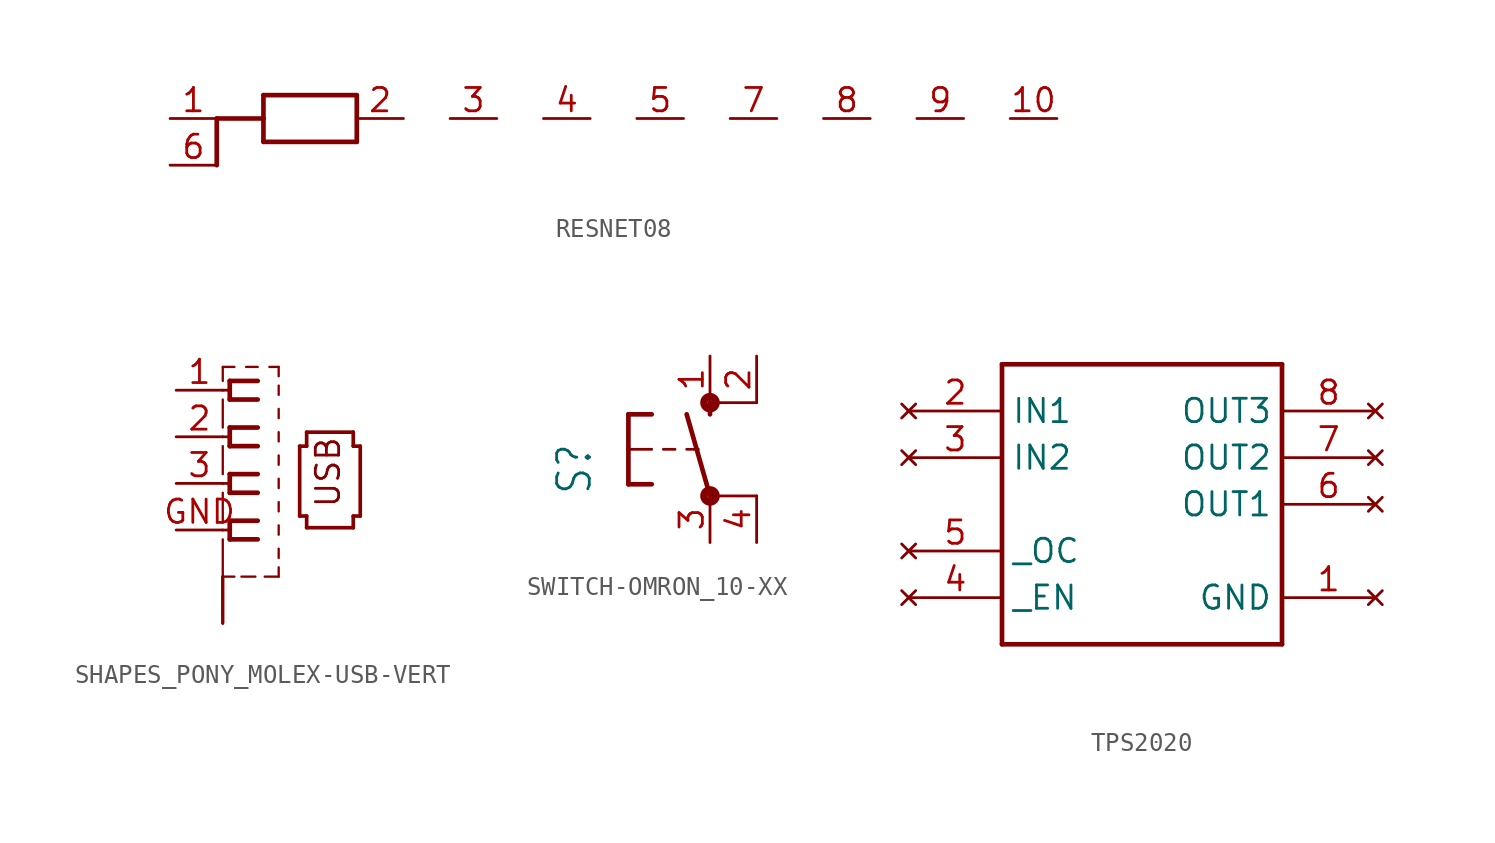
<source format=kicad_sym>
(kicad_symbol_lib
  (version 20231120)
  (generator "kicad_symbol_editor")
  (generator_version "8.0")
  (symbol "RESNET08"
    (property "Reference" ""
      (at -7.62 2.54 0)
      (effects (font (size 1.778 1.511)) (justify left bottom) (hide yes)))
    (property "Value" ""
      (at -7.62 -4.318 0)
      (effects (font (size 1.778 1.511)) (justify left bottom)))
    (property "ki_locked" ""
      (at 0 0 0)
      (effects (font (size 1.27 1.27))))
    (symbol "RESNET08_1_0"
      (polyline (pts (xy -10.16 -2.54) (xy -10.16 0)) (stroke (width 0.254) (type solid)) (fill (type none)))
      (polyline (pts (xy -7.62 -1.27) (xy -2.54 -1.27)) (stroke (width 0.254) (type solid)) (fill (type none)))
      (polyline (pts (xy -7.62 0) (xy -10.16 0)) (stroke (width 0.254) (type solid)) (fill (type none)))
      (polyline (pts (xy -7.62 0) (xy -7.62 -1.27)) (stroke (width 0.254) (type solid)) (fill (type none)))
      (polyline (pts (xy -7.62 1.27) (xy -7.62 0)) (stroke (width 0.254) (type solid)) (fill (type none)))
      (polyline (pts (xy -2.54 -1.27) (xy -2.54 1.27)) (stroke (width 0.254) (type solid)) (fill (type none)))
      (polyline (pts (xy -2.54 1.27) (xy -7.62 1.27)) (stroke (width 0.254) (type solid)) (fill (type none)))
      (pin passive line (at -12.7 0 0) (length 2.54) (name "1" (effects (font (size 0 0)))) (number "1" (effects (font (size 1.27 1.27)))))
      (pin passive line (at 35.56 0 180) (length 2.54) (name "9" (effects (font (size 0 0)))) (number "10" (effects (font (size 1.27 1.27)))))
      (pin passive line (at 0 0 180) (length 2.54) (name "2" (effects (font (size 0 0)))) (number "2" (effects (font (size 1.27 1.27)))))
      (pin passive line (at 5.08 0 180) (length 2.54) (name "3" (effects (font (size 0 0)))) (number "3" (effects (font (size 1.27 1.27)))))
      (pin passive line (at 10.16 0 180) (length 2.54) (name "4" (effects (font (size 0 0)))) (number "4" (effects (font (size 1.27 1.27)))))
      (pin passive line (at 15.24 0 180) (length 2.54) (name "5" (effects (font (size 0 0)))) (number "5" (effects (font (size 1.27 1.27)))))
      (pin passive line (at -12.7 -2.54 0) (length 2.54) (name "10" (effects (font (size 0 0)))) (number "6" (effects (font (size 1.27 1.27)))))
      (pin passive line (at 20.32 0 180) (length 2.54) (name "6" (effects (font (size 0 0)))) (number "7" (effects (font (size 1.27 1.27)))))
      (pin passive line (at 25.4 0 180) (length 2.54) (name "7" (effects (font (size 0 0)))) (number "8" (effects (font (size 1.27 1.27)))))
      (pin passive line (at 30.48 0 180) (length 2.54) (name "8" (effects (font (size 0 0)))) (number "9" (effects (font (size 1.27 1.27)))))))
  (symbol "SHAPES_PONY_MOLEX-USB-VERT"
    (property "Reference" ""
      (at 1.27 5.588 0)
      (effects (font (size 1.778 1.511)) (justify left bottom) (hide yes)))
    (property "Value" ""
      (at 1.27 -5.842 0)
      (effects (font (size 1.778 1.511)) (justify left bottom)))
    (property "ki_locked" ""
      (at 0 0 0)
      (effects (font (size 1.27 1.27))))
    (symbol "SHAPES_PONY_MOLEX-USB-VERT_1_0"
      (polyline (pts (xy -2.54 -5.08) (xy -1.905 -5.08)) (stroke (width 0.127) (type solid)) (fill (type none)))
      (polyline (pts (xy -2.54 -3.048) (xy -2.54 -5.08)) (stroke (width 0.127) (type solid)) (fill (type none)))
      (polyline (pts (xy -2.54 -2.54) (xy -2.159 -2.54)) (stroke (width 0.152) (type solid)) (fill (type none)))
      (polyline (pts (xy -2.54 -0.508) (xy -2.54 -2.032)) (stroke (width 0.127) (type solid)) (fill (type none)))
      (polyline (pts (xy -2.54 0) (xy -2.159 0)) (stroke (width 0.152) (type solid)) (fill (type none)))
      (polyline (pts (xy -2.54 2.032) (xy -2.54 0.508)) (stroke (width 0.127) (type solid)) (fill (type none)))
      (polyline (pts (xy -2.54 2.54) (xy -2.159 2.54)) (stroke (width 0.152) (type solid)) (fill (type none)))
      (polyline (pts (xy -2.54 4.572) (xy -2.54 3.048)) (stroke (width 0.127) (type solid)) (fill (type none)))
      (polyline (pts (xy -2.54 5.08) (xy -2.159 5.08)) (stroke (width 0.152) (type solid)) (fill (type none)))
      (polyline (pts (xy -2.54 6.35) (xy -2.54 5.588)) (stroke (width 0.127) (type solid)) (fill (type none)))
      (polyline (pts (xy -2.159 -3.048) (xy -0.635 -3.048)) (stroke (width 0.254) (type solid)) (fill (type none)))
      (polyline (pts (xy -2.159 -2.54) (xy -2.159 -3.048)) (stroke (width 0.254) (type solid)) (fill (type none)))
      (polyline (pts (xy -2.159 -2.032) (xy -2.159 -2.54)) (stroke (width 0.254) (type solid)) (fill (type none)))
      (polyline (pts (xy -2.159 -0.508) (xy -0.635 -0.508)) (stroke (width 0.254) (type solid)) (fill (type none)))
      (polyline (pts (xy -2.159 0) (xy -2.159 -0.508)) (stroke (width 0.254) (type solid)) (fill (type none)))
      (polyline (pts (xy -2.159 0.508) (xy -2.159 0)) (stroke (width 0.254) (type solid)) (fill (type none)))
      (polyline (pts (xy -2.159 2.032) (xy -0.635 2.032)) (stroke (width 0.254) (type solid)) (fill (type none)))
      (polyline (pts (xy -2.159 2.54) (xy -2.159 2.032)) (stroke (width 0.254) (type solid)) (fill (type none)))
      (polyline (pts (xy -2.159 3.048) (xy -2.159 2.54)) (stroke (width 0.254) (type solid)) (fill (type none)))
      (polyline (pts (xy -2.159 4.572) (xy -0.635 4.572)) (stroke (width 0.254) (type solid)) (fill (type none)))
      (polyline (pts (xy -2.159 5.08) (xy -2.159 4.572)) (stroke (width 0.254) (type solid)) (fill (type none)))
      (polyline (pts (xy -2.159 5.588) (xy -2.159 5.08)) (stroke (width 0.254) (type solid)) (fill (type none)))
      (polyline (pts (xy -1.905 6.35) (xy -2.54 6.35)) (stroke (width 0.127) (type solid)) (fill (type none)))
      (polyline (pts (xy -1.524 -5.08) (xy -0.762 -5.08)) (stroke (width 0.127) (type solid)) (fill (type none)))
      (polyline (pts (xy -0.635 -2.032) (xy -2.159 -2.032)) (stroke (width 0.254) (type solid)) (fill (type none)))
      (polyline (pts (xy -0.635 0.508) (xy -2.159 0.508)) (stroke (width 0.254) (type solid)) (fill (type none)))
      (polyline (pts (xy -0.635 3.048) (xy -2.159 3.048)) (stroke (width 0.254) (type solid)) (fill (type none)))
      (polyline (pts (xy -0.635 5.588) (xy -2.159 5.588)) (stroke (width 0.254) (type solid)) (fill (type none)))
      (polyline (pts (xy -0.635 6.35) (xy -1.27 6.35)) (stroke (width 0.127) (type solid)) (fill (type none)))
      (polyline (pts (xy -0.254 -5.08) (xy 0.508 -5.08)) (stroke (width 0.127) (type solid)) (fill (type none)))
      (polyline (pts (xy 0.508 -5.08) (xy 0.508 -4.572)) (stroke (width 0.127) (type solid)) (fill (type none)))
      (polyline (pts (xy 0.508 -4.064) (xy 0.508 -3.556)) (stroke (width 0.127) (type solid)) (fill (type none)))
      (polyline (pts (xy 0.508 -2.794) (xy 0.508 -2.286)) (stroke (width 0.127) (type solid)) (fill (type none)))
      (polyline (pts (xy 0.508 -1.524) (xy 0.508 -1.016)) (stroke (width 0.127) (type solid)) (fill (type none)))
      (polyline (pts (xy 0.508 -0.254) (xy 0.508 0.254)) (stroke (width 0.127) (type solid)) (fill (type none)))
      (polyline (pts (xy 0.508 1.016) (xy 0.508 1.524)) (stroke (width 0.127) (type solid)) (fill (type none)))
      (polyline (pts (xy 0.508 2.286) (xy 0.508 2.794)) (stroke (width 0.127) (type solid)) (fill (type none)))
      (polyline (pts (xy 0.508 3.556) (xy 0.508 4.064)) (stroke (width 0.127) (type solid)) (fill (type none)))
      (polyline (pts (xy 0.508 4.826) (xy 0.508 5.334)) (stroke (width 0.127) (type solid)) (fill (type none)))
      (polyline (pts (xy 0.508 5.842) (xy 0.508 6.35)) (stroke (width 0.127) (type solid)) (fill (type none)))
      (polyline (pts (xy 0.508 6.35) (xy 0 6.35)) (stroke (width 0.127) (type solid)) (fill (type none)))
      (polyline (pts (xy 1.651 -1.778) (xy 2.032 -1.778)) (stroke (width 0.2) (type solid)) (fill (type none)))
      (polyline (pts (xy 1.651 2.032) (xy 1.651 -1.778)) (stroke (width 0.2) (type solid)) (fill (type none)))
      (polyline (pts (xy 2.032 -2.413) (xy 4.572 -2.413)) (stroke (width 0.2) (type solid)) (fill (type none)))
      (polyline (pts (xy 2.032 -1.778) (xy 2.032 -2.413)) (stroke (width 0.2) (type solid)) (fill (type none)))
      (polyline (pts (xy 2.032 2.032) (xy 1.651 2.032)) (stroke (width 0.2) (type solid)) (fill (type none)))
      (polyline (pts (xy 2.032 2.794) (xy 2.032 2.032)) (stroke (width 0.2) (type solid)) (fill (type none)))
      (polyline (pts (xy 4.572 -2.413) (xy 4.572 -1.778)) (stroke (width 0.2) (type solid)) (fill (type none)))
      (polyline (pts (xy 4.572 -1.778) (xy 4.953 -1.778)) (stroke (width 0.2) (type solid)) (fill (type none)))
      (polyline (pts (xy 4.572 2.032) (xy 4.572 2.794)) (stroke (width 0.2) (type solid)) (fill (type none)))
      (polyline (pts (xy 4.572 2.794) (xy 2.032 2.794)) (stroke (width 0.2) (type solid)) (fill (type none)))
      (polyline (pts (xy 4.953 -1.778) (xy 4.953 2.032)) (stroke (width 0.2) (type solid)) (fill (type none)))
      (polyline (pts (xy 4.953 2.032) (xy 4.572 2.032)) (stroke (width 0.2) (type solid)) (fill (type none)))
      (text "USB" (at 3.937 -1.397 900) (effects (font (size 1.27 1.27)) (justify left bottom)))
      (pin passive line (at -5.08 5.08 0) (length 2.54) (name "1" (effects (font (size 0 0)))) (number "1" (effects (font (size 1.27 1.27)))))
      (pin passive line (at -5.08 2.54 0) (length 2.54) (name "2" (effects (font (size 0 0)))) (number "2" (effects (font (size 1.27 1.27)))))
      (pin passive line (at -5.08 0 0) (length 2.54) (name "3" (effects (font (size 0 0)))) (number "3" (effects (font (size 1.27 1.27)))))
      (pin passive line (at -5.08 -2.54 0) (length 2.54) (name "GND" (effects (font (size 0 0)))) (number "GND" (effects (font (size 1.27 1.27)))))
      (pin passive line (at -2.54 -7.62 90) (length 2.54) (name "S1" (effects (font (size 0 0)))) (number "M1" (effects (font (size 0 0)))))
      (pin passive line (at -2.54 -7.62 90) (length 2.54) (name "S1" (effects (font (size 0 0)))) (number "M2" (effects (font (size 0 0)))))
      (pin passive line (at -2.54 -7.62 90) (length 2.54) (name "S1" (effects (font (size 0 0)))) (number "M4" (effects (font (size 0 0)))))))
  (symbol "SWITCH-OMRON_10-XX"
    (property "Reference" "S"
      (at -6.35 -2.54 90)
      (effects (font (size 1.778 1.511)) (justify left bottom)))
    (property "Value" ""
      (at -3.81 3.175 90)
      (effects (font (size 1.778 1.511)) (justify left bottom)))
    (property "ki_locked" ""
      (at 0 0 0)
      (effects (font (size 1.27 1.27))))
    (symbol "SWITCH-OMRON_10-XX_1_0"
      (circle (center 0 -2.54) (radius 0.127) (stroke (width 0.406) (type solid)) (fill (type none)))
      (polyline (pts (xy -4.445 -1.905) (xy -3.175 -1.905)) (stroke (width 0.254) (type solid)) (fill (type none)))
      (polyline (pts (xy -4.445 0) (xy -4.445 -1.905)) (stroke (width 0.254) (type solid)) (fill (type none)))
      (polyline (pts (xy -4.445 0) (xy -3.175 0)) (stroke (width 0.152) (type solid)) (fill (type none)))
      (polyline (pts (xy -4.445 1.905) (xy -4.445 0)) (stroke (width 0.254) (type solid)) (fill (type none)))
      (polyline (pts (xy -4.445 1.905) (xy -3.175 1.905)) (stroke (width 0.254) (type solid)) (fill (type none)))
      (polyline (pts (xy -2.54 0) (xy -1.905 0)) (stroke (width 0.152) (type solid)) (fill (type none)))
      (polyline (pts (xy -1.27 0) (xy -0.635 0)) (stroke (width 0.152) (type solid)) (fill (type none)))
      (polyline (pts (xy 0 -2.54) (xy -1.27 1.905)) (stroke (width 0.254) (type solid)) (fill (type none)))
      (polyline (pts (xy 0 1.905) (xy 0 2.54)) (stroke (width 0.254) (type solid)) (fill (type none)))
      (polyline (pts (xy 2.54 -2.54) (xy 0 -2.54)) (stroke (width 0.152) (type solid)) (fill (type none)))
      (polyline (pts (xy 2.54 2.54) (xy 0 2.54)) (stroke (width 0.152) (type solid)) (fill (type none)))
      (circle (center 0 2.54) (radius 0.127) (stroke (width 0.406) (type solid)) (fill (type none)))
      (pin passive line (at 0 5.08 270) (length 2.54) (name "S" (effects (font (size 0 0)))) (number "1" (effects (font (size 1.27 1.27)))))
      (pin passive line (at 2.54 5.08 270) (length 2.54) (name "S1" (effects (font (size 0 0)))) (number "2" (effects (font (size 1.27 1.27)))))
      (pin passive line (at 0 -5.08 90) (length 2.54) (name "P" (effects (font (size 0 0)))) (number "3" (effects (font (size 1.27 1.27)))))
      (pin passive line (at 2.54 -5.08 90) (length 2.54) (name "P1" (effects (font (size 0 0)))) (number "4" (effects (font (size 1.27 1.27)))))))
  (symbol "TPS2020"
    (property "Reference" ""
      (at -7.62 8.89 0)
      (effects (font (size 1.27 1.079)) (justify left bottom) (hide yes)))
    (property "Value" ""
      (at -7.62 -10.16 0)
      (effects (font (size 1.27 1.079)) (justify left bottom)))
    (property "ki_locked" ""
      (at 0 0 0)
      (effects (font (size 1.27 1.27))))
    (symbol "TPS2020_1_0"
      (polyline (pts (xy -7.62 -7.62) (xy 7.62 -7.62)) (stroke (width 0.254) (type solid)) (fill (type none)))
      (polyline (pts (xy -7.62 7.62) (xy -7.62 -7.62)) (stroke (width 0.254) (type solid)) (fill (type none)))
      (polyline (pts (xy 7.62 -7.62) (xy 7.62 7.62)) (stroke (width 0.254) (type solid)) (fill (type none)))
      (polyline (pts (xy 7.62 7.62) (xy -7.62 7.62)) (stroke (width 0.254) (type solid)) (fill (type none)))
      (pin no_connect line (at 12.7 -5.08 180) (length 5.08) (name "GND" (effects (font (size 1.27 1.27)))) (number "1" (effects (font (size 1.27 1.27)))))
      (pin no_connect line (at -12.7 5.08 0) (length 5.08) (name "IN1" (effects (font (size 1.27 1.27)))) (number "2" (effects (font (size 1.27 1.27)))))
      (pin no_connect line (at -12.7 2.54 0) (length 5.08) (name "IN2" (effects (font (size 1.27 1.27)))) (number "3" (effects (font (size 1.27 1.27)))))
      (pin no_connect line (at -12.7 -5.08 0) (length 5.08) (name "_EN" (effects (font (size 1.27 1.27)))) (number "4" (effects (font (size 1.27 1.27)))))
      (pin no_connect line (at -12.7 -2.54 0) (length 5.08) (name "_OC" (effects (font (size 1.27 1.27)))) (number "5" (effects (font (size 1.27 1.27)))))
      (pin no_connect line (at 12.7 0 180) (length 5.08) (name "OUT1" (effects (font (size 1.27 1.27)))) (number "6" (effects (font (size 1.27 1.27)))))
      (pin no_connect line (at 12.7 2.54 180) (length 5.08) (name "OUT2" (effects (font (size 1.27 1.27)))) (number "7" (effects (font (size 1.27 1.27)))))
      (pin no_connect line (at 12.7 5.08 180) (length 5.08) (name "OUT3" (effects (font (size 1.27 1.27)))) (number "8" (effects (font (size 1.27 1.27))))))))
</source>
